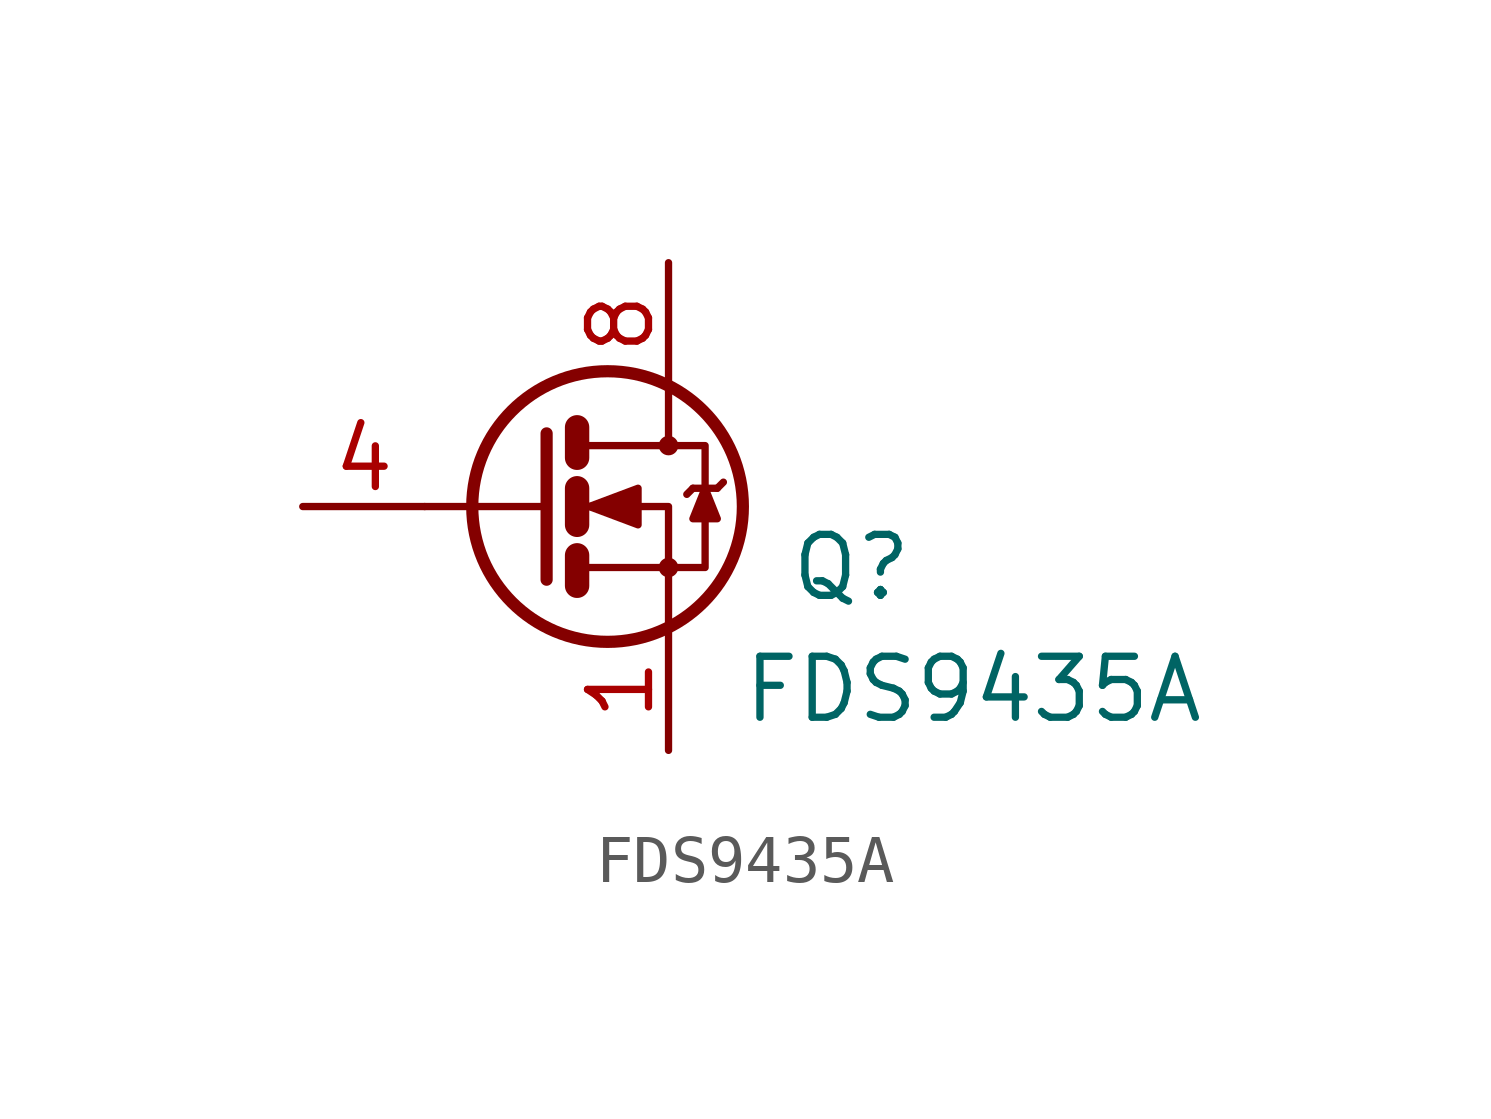
<source format=kicad_sym>
(kicad_symbol_lib
  (version 20220914)
  (generator kicad_symbol_editor)
  (symbol "FDS9435A"
    (pin_names
      (offset 1.016))
    (property "Reference" "Q"
      (at 3.81 -1.27 0)
      (effects (font (size 1.27 1.27))))
    (property "Value" "FDS9435A"
      (at 6.35 -3.81 0)
      (effects (font (size 1.27 1.27))))
    (symbol "FDS9435A_1_1"
      (circle (center -1.27 0) (radius 2.819) (stroke (width 0.254) (type solid)) (fill (type none)))
      (circle (center 0 -1.27) (radius 0.127) (stroke (width 0) (type solid)) (fill (type none)))
      (polyline (pts (xy -2.54 0) (xy -5.08 0)) (stroke (width 0) (type solid)) (fill (type none)))
      (polyline (pts (xy -1.905 -1.016) (xy -1.905 -1.651)) (stroke (width 0.508) (type solid)) (fill (type none)))
      (polyline (pts (xy -1.905 0.381) (xy -1.905 -0.381)) (stroke (width 0.508) (type solid)) (fill (type none)))
      (polyline (pts (xy -1.905 1.651) (xy -1.905 1.016)) (stroke (width 0.508) (type solid)) (fill (type none)))
      (polyline (pts (xy 0.508 0.381) (xy 0.381 0.254)) (stroke (width 0) (type solid)) (fill (type none)))
      (polyline (pts (xy 0.508 0.381) (xy 1.016 0.381)) (stroke (width 0) (type solid)) (fill (type none)))
      (polyline (pts (xy 1.016 0.381) (xy 1.143 0.508)) (stroke (width 0) (type solid)) (fill (type none)))
      (polyline (pts (xy -2.54 1.524) (xy -2.54 -1.524) (xy -2.54 -1.524)) (stroke (width 0.254) (type solid)) (fill (type none)))
      (polyline (pts (xy -1.778 -1.27) (xy 0 -1.27) (xy 0 -2.54) (xy 0 -2.54)) (stroke (width 0) (type solid)) (fill (type none)))
      (polyline (pts (xy -1.778 1.27) (xy 0 1.27) (xy 0 2.54) (xy 0 2.54)) (stroke (width 0) (type solid)) (fill (type none)))
      (polyline (pts (xy 0 1.27) (xy 0.762 1.27) (xy 0.762 -1.27) (xy 0 -1.27)) (stroke (width 0) (type solid)) (fill (type none)))
      (polyline (pts (xy 0.762 0.381) (xy 0.508 -0.254) (xy 1.016 -0.254) (xy 0.762 0.381)) (stroke (width 0) (type solid)) (fill (type outline)))
      (polyline (pts (xy -1.778 0) (xy -1.27 0) (xy 0 0) (xy 0 -1.27) (xy 0 -1.27)) (stroke (width 0) (type solid)) (fill (type none)))
      (polyline (pts (xy -1.651 0) (xy -0.635 0.381) (xy -0.635 -0.381) (xy -1.651 0) (xy -1.524 0) (xy -1.524 0)) (stroke (width 0) (type solid)) (fill (type outline)))
      (circle (center 0 1.27) (radius 0.127) (stroke (width 0) (type solid)) (fill (type none)))
      (pin passive line (at 0 -5.08 90) (length 2.54) (name "~" (effects (font (size 1.27 1.27)))) (number "1" (effects (font (size 1.27 1.27)))))
      (pin passive line (at 0 -5.08 90) (length 2.54) hide (name "~" (effects (font (size 1.27 1.27)))) (number "2" (effects (font (size 1.27 1.27)))))
      (pin passive line (at 0 -5.08 90) (length 2.54) hide (name "~" (effects (font (size 1.27 1.27)))) (number "3" (effects (font (size 1.27 1.27)))))
      (pin input line (at -7.62 0 0) (length 2.54) (name "~" (effects (font (size 1.27 1.27)))) (number "4" (effects (font (size 1.27 1.27)))))
      (pin passive line (at 0 5.08 270) (length 2.54) hide (name "~" (effects (font (size 1.27 1.27)))) (number "5" (effects (font (size 1.27 1.27)))))
      (pin passive line (at 0 5.08 270) (length 2.54) hide (name "~" (effects (font (size 1.27 1.27)))) (number "6" (effects (font (size 1.27 1.27)))))
      (pin passive line (at 0 5.08 270) (length 2.54) hide (name "D" (effects (font (size 1.27 1.27)))) (number "7" (effects (font (size 1.27 1.27)))))
      (pin passive line (at 0 5.08 270) (length 2.54) (name "~" (effects (font (size 1.27 1.27)))) (number "8" (effects (font (size 1.27 1.27))))))))
</source>
